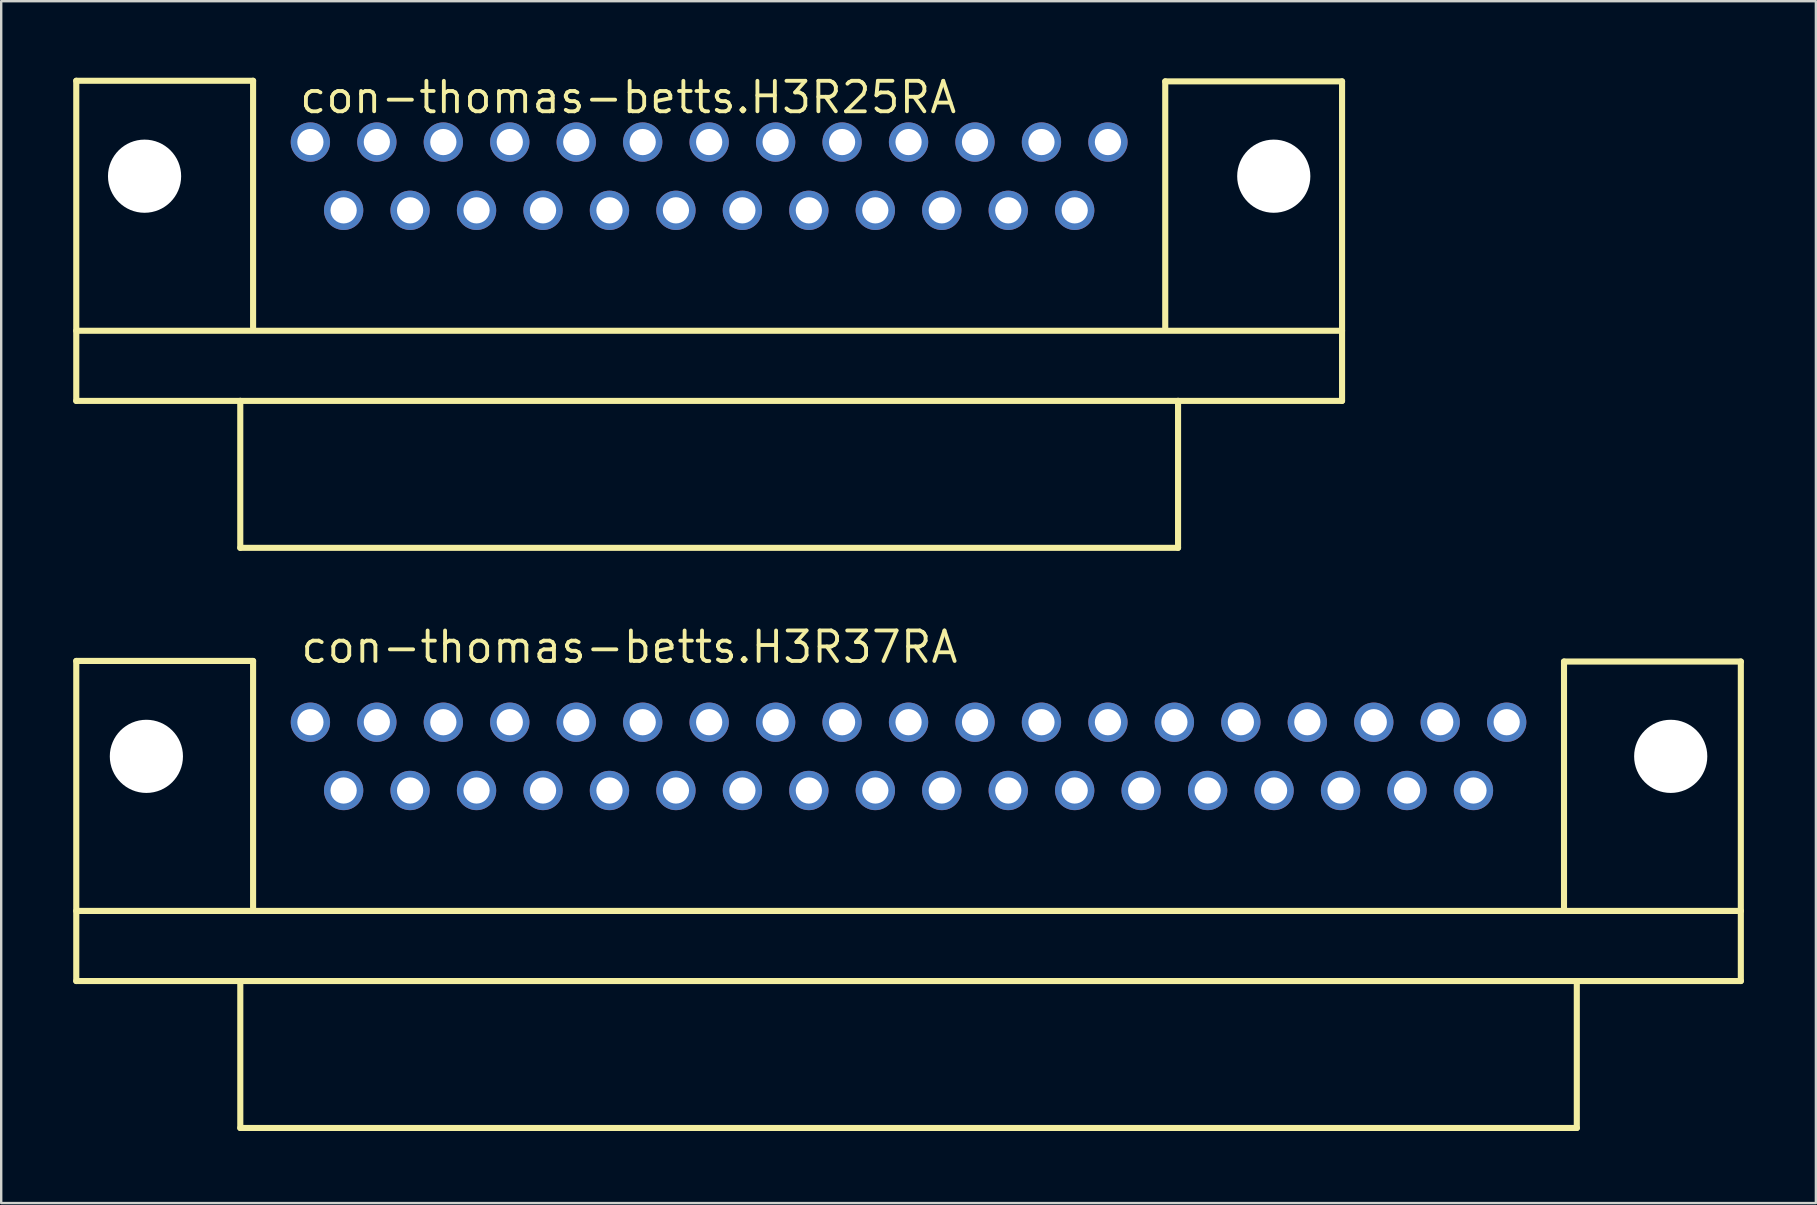
<source format=kicad_pcb>
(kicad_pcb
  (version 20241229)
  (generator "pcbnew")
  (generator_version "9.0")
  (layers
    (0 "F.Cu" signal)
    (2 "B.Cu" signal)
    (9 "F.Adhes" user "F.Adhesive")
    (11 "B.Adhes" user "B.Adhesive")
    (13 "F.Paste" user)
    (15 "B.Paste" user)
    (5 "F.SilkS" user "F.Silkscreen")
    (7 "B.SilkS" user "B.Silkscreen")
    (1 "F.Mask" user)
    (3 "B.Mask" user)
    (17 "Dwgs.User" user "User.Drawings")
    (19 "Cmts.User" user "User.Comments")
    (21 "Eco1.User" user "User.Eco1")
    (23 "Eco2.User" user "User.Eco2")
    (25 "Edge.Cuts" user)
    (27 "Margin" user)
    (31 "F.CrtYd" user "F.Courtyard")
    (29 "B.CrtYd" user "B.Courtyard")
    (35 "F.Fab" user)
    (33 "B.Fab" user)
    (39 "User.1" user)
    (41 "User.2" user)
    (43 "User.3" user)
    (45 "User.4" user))
  (footprint "con-thomas-betts.H3R25RA"
    (layer "F.Cu")
    (at 26.492 4.29)
    (property "Reference" "con-thomas-betts.H3R25RA" (at -17.145 -2.54 0) (layer "F.SilkS") (effects (font (size 1.27 1.27) (thickness 0.16)) (justify left bottom)))
    (attr through_hole)
    (fp_line (start -26.365 -3.975) (end -18.999 -3.975) (stroke (width 0.254) (type default)) (layer "F.SilkS"))
    (fp_line (start -26.365 6.439) (end 26.365 6.439) (stroke (width 0.254) (type default)) (layer "F.SilkS"))
    (fp_line (start -26.365 9.36) (end -26.365 -3.975) (stroke (width 0.254) (type default)) (layer "F.SilkS"))
    (fp_line (start -19.533 9.36) (end -26.365 9.36) (stroke (width 0.254) (type default)) (layer "F.SilkS"))
    (fp_line (start -19.533 9.36) (end 19.533 9.36) (stroke (width 0.254) (type default)) (layer "F.SilkS"))
    (fp_line (start -19.533 15.481) (end -19.533 9.36) (stroke (width 0.254) (type default)) (layer "F.SilkS"))
    (fp_line (start -18.999 -3.975) (end -18.999 6.299) (stroke (width 0.254) (type default)) (layer "F.SilkS"))
    (fp_line (start 18.999 -3.95) (end 18.999 6.299) (stroke (width 0.254) (type default)) (layer "F.SilkS"))
    (fp_line (start 19.533 9.36) (end 19.533 15.481) (stroke (width 0.254) (type default)) (layer "F.SilkS"))
    (fp_line (start 19.533 15.481) (end -19.533 15.481) (stroke (width 0.254) (type default)) (layer "F.SilkS"))
    (fp_line (start 26.365 -3.95) (end 18.999 -3.95) (stroke (width 0.254) (type default)) (layer "F.SilkS"))
    (fp_line (start 26.365 -3.95) (end 26.365 9.36) (stroke (width 0.254) (type default)) (layer "F.SilkS"))
    (fp_line (start 26.365 9.36) (end 19.533 9.36) (stroke (width 0.254) (type default)) (layer "F.SilkS"))
    (pad "" np_thru_hole circle (at -23.52 0) (size 3.048 3.048) (drill 3.048) (layers "*.Cu" "*.Mask"))
    (pad "" np_thru_hole circle (at 23.52 0) (size 3.048 3.048) (drill 3.048) (layers "*.Cu" "*.Mask"))
    (pad "1" thru_hole circle (at 16.612 -1.422) (size 1.638 1.638) (drill 1.092) (layers "*.Cu" "*.Mask"))
    (pad "2" thru_hole circle (at 13.843 -1.422) (size 1.638 1.638) (drill 1.092) (layers "*.Cu" "*.Mask"))
    (pad "3" thru_hole circle (at 11.074 -1.422) (size 1.638 1.638) (drill 1.092) (layers "*.Cu" "*.Mask"))
    (pad "4" thru_hole circle (at 8.306 -1.422) (size 1.638 1.638) (drill 1.092) (layers "*.Cu" "*.Mask"))
    (pad "5" thru_hole circle (at 5.537 -1.422) (size 1.638 1.638) (drill 1.092) (layers "*.Cu" "*.Mask"))
    (pad "6" thru_hole circle (at 2.769 -1.422) (size 1.638 1.638) (drill 1.092) (layers "*.Cu" "*.Mask"))
    (pad "7" thru_hole circle (at 0 -1.422) (size 1.638 1.638) (drill 1.092) (layers "*.Cu" "*.Mask"))
    (pad "8" thru_hole circle (at -2.769 -1.422) (size 1.638 1.638) (drill 1.092) (layers "*.Cu" "*.Mask"))
    (pad "9" thru_hole circle (at -5.537 -1.422) (size 1.638 1.638) (drill 1.092) (layers "*.Cu" "*.Mask"))
    (pad "10" thru_hole circle (at -8.306 -1.422) (size 1.638 1.638) (drill 1.092) (layers "*.Cu" "*.Mask"))
    (pad "11" thru_hole circle (at -11.074 -1.422) (size 1.638 1.638) (drill 1.092) (layers "*.Cu" "*.Mask"))
    (pad "12" thru_hole circle (at -13.843 -1.422) (size 1.638 1.638) (drill 1.092) (layers "*.Cu" "*.Mask"))
    (pad "13" thru_hole circle (at -16.612 -1.422) (size 1.638 1.638) (drill 1.092) (layers "*.Cu" "*.Mask"))
    (pad "14" thru_hole circle (at 15.227 1.422) (size 1.638 1.638) (drill 1.092) (layers "*.Cu" "*.Mask"))
    (pad "15" thru_hole circle (at 12.459 1.422) (size 1.638 1.638) (drill 1.092) (layers "*.Cu" "*.Mask"))
    (pad "16" thru_hole circle (at 9.69 1.422) (size 1.638 1.638) (drill 1.092) (layers "*.Cu" "*.Mask"))
    (pad "17" thru_hole circle (at 6.921 1.422) (size 1.638 1.638) (drill 1.092) (layers "*.Cu" "*.Mask"))
    (pad "18" thru_hole circle (at 4.153 1.422) (size 1.638 1.638) (drill 1.092) (layers "*.Cu" "*.Mask"))
    (pad "19" thru_hole circle (at 1.384 1.422) (size 1.638 1.638) (drill 1.092) (layers "*.Cu" "*.Mask"))
    (pad "20" thru_hole circle (at -1.384 1.422) (size 1.638 1.638) (drill 1.092) (layers "*.Cu" "*.Mask"))
    (pad "21" thru_hole circle (at -4.153 1.422) (size 1.638 1.638) (drill 1.092) (layers "*.Cu" "*.Mask"))
    (pad "22" thru_hole circle (at -6.921 1.422) (size 1.638 1.638) (drill 1.092) (layers "*.Cu" "*.Mask"))
    (pad "23" thru_hole circle (at -9.69 1.422) (size 1.638 1.638) (drill 1.092) (layers "*.Cu" "*.Mask"))
    (pad "24" thru_hole circle (at -12.459 1.422) (size 1.638 1.638) (drill 1.092) (layers "*.Cu" "*.Mask"))
    (pad "25" thru_hole circle (at -15.227 1.422) (size 1.638 1.638) (drill 1.092) (layers "*.Cu" "*.Mask")))
  (footprint "con-thomas-betts.H3R37RA"
    (layer "F.Cu")
    (at 34.798 28.458)
    (property "Reference" "con-thomas-betts.H3R37RA" (at -25.4 -3.81 0) (layer "F.SilkS") (effects (font (size 1.27 1.27) (thickness 0.16)) (justify left bottom)))
    (attr through_hole)
    (fp_line (start -34.671 -3.975) (end -27.305 -3.975) (stroke (width 0.254) (type default)) (layer "F.SilkS"))
    (fp_line (start -34.671 6.439) (end 34.671 6.439) (stroke (width 0.254) (type default)) (layer "F.SilkS"))
    (fp_line (start -34.671 9.36) (end -34.671 -3.975) (stroke (width 0.254) (type default)) (layer "F.SilkS"))
    (fp_line (start -27.838 9.36) (end -34.671 9.36) (stroke (width 0.254) (type default)) (layer "F.SilkS"))
    (fp_line (start -27.838 9.36) (end 27.838 9.36) (stroke (width 0.254) (type default)) (layer "F.SilkS"))
    (fp_line (start -27.838 15.481) (end -27.838 9.36) (stroke (width 0.254) (type default)) (layer "F.SilkS"))
    (fp_line (start -27.305 -3.975) (end -27.305 6.299) (stroke (width 0.254) (type default)) (layer "F.SilkS"))
    (fp_line (start 27.305 -3.95) (end 27.305 6.299) (stroke (width 0.254) (type default)) (layer "F.SilkS"))
    (fp_line (start 27.838 9.36) (end 27.838 15.481) (stroke (width 0.254) (type default)) (layer "F.SilkS"))
    (fp_line (start 27.838 15.481) (end -27.838 15.481) (stroke (width 0.254) (type default)) (layer "F.SilkS"))
    (fp_line (start 34.671 -3.95) (end 27.305 -3.95) (stroke (width 0.254) (type default)) (layer "F.SilkS"))
    (fp_line (start 34.671 -3.95) (end 34.671 9.36) (stroke (width 0.254) (type default)) (layer "F.SilkS"))
    (fp_line (start 34.671 9.36) (end 27.838 9.36) (stroke (width 0.254) (type default)) (layer "F.SilkS"))
    (pad "" np_thru_hole circle (at -31.75 0) (size 3.048 3.048) (drill 3.048) (layers "*.Cu" "*.Mask"))
    (pad "" np_thru_hole circle (at 31.75 0) (size 3.048 3.048) (drill 3.048) (layers "*.Cu" "*.Mask"))
    (pad "1" thru_hole circle (at 24.917 -1.422) (size 1.638 1.638) (drill 1.092) (layers "*.Cu" "*.Mask"))
    (pad "2" thru_hole circle (at 22.149 -1.422) (size 1.638 1.638) (drill 1.092) (layers "*.Cu" "*.Mask"))
    (pad "3" thru_hole circle (at 19.38 -1.422) (size 1.638 1.638) (drill 1.092) (layers "*.Cu" "*.Mask"))
    (pad "4" thru_hole circle (at 16.612 -1.422) (size 1.638 1.638) (drill 1.092) (layers "*.Cu" "*.Mask"))
    (pad "5" thru_hole circle (at 13.843 -1.422) (size 1.638 1.638) (drill 1.092) (layers "*.Cu" "*.Mask"))
    (pad "6" thru_hole circle (at 11.074 -1.422) (size 1.638 1.638) (drill 1.092) (layers "*.Cu" "*.Mask"))
    (pad "7" thru_hole circle (at 8.306 -1.422) (size 1.638 1.638) (drill 1.092) (layers "*.Cu" "*.Mask"))
    (pad "8" thru_hole circle (at 5.537 -1.422) (size 1.638 1.638) (drill 1.092) (layers "*.Cu" "*.Mask"))
    (pad "9" thru_hole circle (at 2.769 -1.422) (size 1.638 1.638) (drill 1.092) (layers "*.Cu" "*.Mask"))
    (pad "10" thru_hole circle (at 0 -1.422) (size 1.638 1.638) (drill 1.092) (layers "*.Cu" "*.Mask"))
    (pad "11" thru_hole circle (at -2.769 -1.422) (size 1.638 1.638) (drill 1.092) (layers "*.Cu" "*.Mask"))
    (pad "12" thru_hole circle (at -5.537 -1.422) (size 1.638 1.638) (drill 1.092) (layers "*.Cu" "*.Mask"))
    (pad "13" thru_hole circle (at -8.306 -1.422) (size 1.638 1.638) (drill 1.092) (layers "*.Cu" "*.Mask"))
    (pad "14" thru_hole circle (at -11.074 -1.422) (size 1.638 1.638) (drill 1.092) (layers "*.Cu" "*.Mask"))
    (pad "15" thru_hole circle (at -13.843 -1.422) (size 1.638 1.638) (drill 1.092) (layers "*.Cu" "*.Mask"))
    (pad "16" thru_hole circle (at -16.612 -1.422) (size 1.638 1.638) (drill 1.092) (layers "*.Cu" "*.Mask"))
    (pad "17" thru_hole circle (at -19.38 -1.422) (size 1.638 1.638) (drill 1.092) (layers "*.Cu" "*.Mask"))
    (pad "18" thru_hole circle (at -22.149 -1.422) (size 1.638 1.638) (drill 1.092) (layers "*.Cu" "*.Mask"))
    (pad "19" thru_hole circle (at -24.917 -1.422) (size 1.638 1.638) (drill 1.092) (layers "*.Cu" "*.Mask"))
    (pad "20" thru_hole circle (at 23.533 1.422) (size 1.638 1.638) (drill 1.092) (layers "*.Cu" "*.Mask"))
    (pad "21" thru_hole circle (at 20.765 1.422) (size 1.638 1.638) (drill 1.092) (layers "*.Cu" "*.Mask"))
    (pad "22" thru_hole circle (at 17.996 1.422) (size 1.638 1.638) (drill 1.092) (layers "*.Cu" "*.Mask"))
    (pad "23" thru_hole circle (at 15.227 1.422) (size 1.638 1.638) (drill 1.092) (layers "*.Cu" "*.Mask"))
    (pad "24" thru_hole circle (at 12.459 1.422) (size 1.638 1.638) (drill 1.092) (layers "*.Cu" "*.Mask"))
    (pad "25" thru_hole circle (at 9.69 1.422) (size 1.638 1.638) (drill 1.092) (layers "*.Cu" "*.Mask"))
    (pad "26" thru_hole circle (at 6.921 1.422) (size 1.638 1.638) (drill 1.092) (layers "*.Cu" "*.Mask"))
    (pad "27" thru_hole circle (at 4.153 1.422) (size 1.638 1.638) (drill 1.092) (layers "*.Cu" "*.Mask"))
    (pad "28" thru_hole circle (at 1.384 1.422) (size 1.638 1.638) (drill 1.092) (layers "*.Cu" "*.Mask"))
    (pad "29" thru_hole circle (at -1.384 1.422) (size 1.638 1.638) (drill 1.092) (layers "*.Cu" "*.Mask"))
    (pad "30" thru_hole circle (at -4.153 1.422) (size 1.638 1.638) (drill 1.092) (layers "*.Cu" "*.Mask"))
    (pad "31" thru_hole circle (at -6.921 1.422) (size 1.638 1.638) (drill 1.092) (layers "*.Cu" "*.Mask"))
    (pad "32" thru_hole circle (at -9.69 1.422) (size 1.638 1.638) (drill 1.092) (layers "*.Cu" "*.Mask"))
    (pad "33" thru_hole circle (at -12.459 1.422) (size 1.638 1.638) (drill 1.092) (layers "*.Cu" "*.Mask"))
    (pad "34" thru_hole circle (at -15.227 1.422) (size 1.638 1.638) (drill 1.092) (layers "*.Cu" "*.Mask"))
    (pad "35" thru_hole circle (at -17.996 1.422) (size 1.638 1.638) (drill 1.092) (layers "*.Cu" "*.Mask"))
    (pad "36" thru_hole circle (at -20.765 1.422) (size 1.638 1.638) (drill 1.092) (layers "*.Cu" "*.Mask"))
    (pad "37" thru_hole circle (at -23.533 1.422) (size 1.638 1.638) (drill 1.092) (layers "*.Cu" "*.Mask")))
  (gr_rect
    (start -3 -3)
    (end 72.596 47.067)
    (stroke (width 0.1) (type default))
    (fill no)
    (layer "Edge.Cuts")))
</source>
